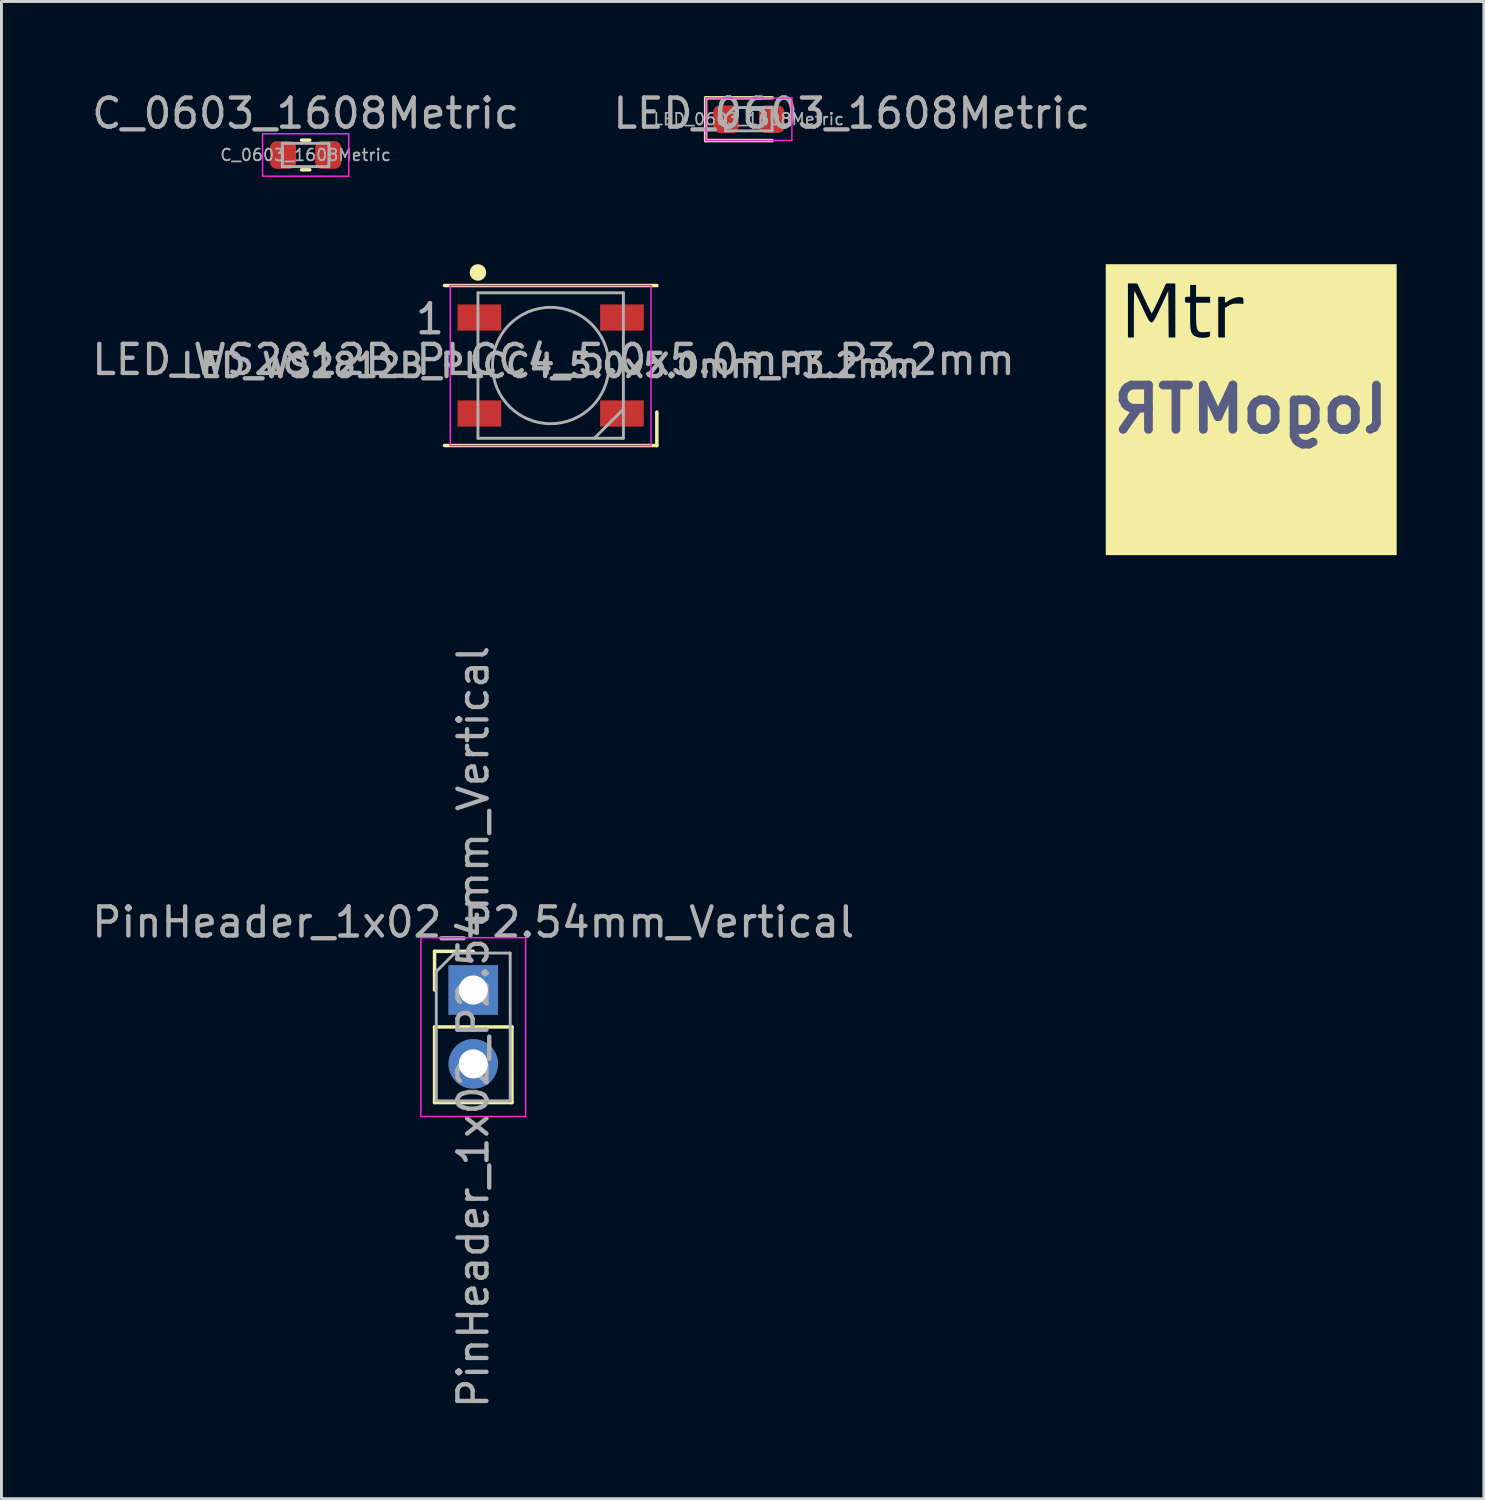
<source format=kicad_pcb>
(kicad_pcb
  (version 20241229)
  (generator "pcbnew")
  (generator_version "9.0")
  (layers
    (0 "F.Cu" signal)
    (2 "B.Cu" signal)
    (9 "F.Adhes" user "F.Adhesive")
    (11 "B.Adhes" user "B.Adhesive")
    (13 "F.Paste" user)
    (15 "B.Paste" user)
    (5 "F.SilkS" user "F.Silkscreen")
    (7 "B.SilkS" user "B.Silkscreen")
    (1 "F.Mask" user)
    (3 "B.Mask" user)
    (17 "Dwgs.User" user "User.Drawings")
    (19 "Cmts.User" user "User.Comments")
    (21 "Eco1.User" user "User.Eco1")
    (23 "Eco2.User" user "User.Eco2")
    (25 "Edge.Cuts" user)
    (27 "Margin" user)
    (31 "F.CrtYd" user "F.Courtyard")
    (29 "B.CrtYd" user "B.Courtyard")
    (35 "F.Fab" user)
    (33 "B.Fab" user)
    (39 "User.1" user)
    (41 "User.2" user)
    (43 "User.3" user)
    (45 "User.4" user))
  (footprint "logoMTR"
    (layer "F.Cu")
    (at 39.953 11.022)
    (property "Reference" "logoMTR" (at 0 0 0) (layer "B.Fab") (effects (font (size 1.524 1.524) (thickness 0.3)) (justify mirror)))
    (attr board_only exclude_from_pos_files exclude_from_bom)
    (fp_poly (pts (xy 5.014 5.014) (xy -4.988 5.014) (xy -4.988 -2.469) (xy -4.225 -2.469) (xy -4.021 -2.469) (xy -4.021 -3.272) (xy -4.021 -3.468) (xy -4.019 -3.645) (xy -4.016 -3.799) (xy -4.013 -3.923) (xy -4.009 -4.011) (xy -4.004 -4.057) (xy -4.001 -4.063) (xy -3.985 -4.037) (xy -3.951 -3.972) (xy -3.902 -3.874) (xy -3.842 -3.749) (xy -3.773 -3.605) (xy -3.73 -3.513) (xy -3.64 -3.319) (xy -3.568 -3.169) (xy -3.509 -3.063) (xy -3.459 -3.002) (xy -3.413 -2.984) (xy -3.366 -3.011) (xy -3.313 -3.083) (xy -3.251 -3.199) (xy -3.174 -3.36) (xy -3.093 -3.533) (xy -2.838 -4.075) (xy -2.831 -3.272) (xy -2.824 -2.469) (xy -2.596 -2.469) (xy -2.596 -3.767) (xy -2.265 -3.767) (xy -2.262 -3.702) (xy -2.246 -3.673) (xy -2.202 -3.665) (xy -2.176 -3.665) (xy -2.087 -3.665) (xy -2.087 -3.204) (xy -2.085 -3.011) (xy -2.08 -2.862) (xy -2.069 -2.749) (xy -2.05 -2.666) (xy -2.023 -2.606) (xy -1.986 -2.56) (xy -1.943 -2.527) (xy -1.826 -2.477) (xy -1.683 -2.456) (xy -1.53 -2.465) (xy -1.515 -2.469) (xy -1.12 -2.469) (xy -0.891 -2.469) (xy -0.891 -3.486) (xy -0.757 -3.563) (xy -0.68 -3.605) (xy -0.615 -3.627) (xy -0.542 -3.635) (xy -0.439 -3.634) (xy -0.439 -3.634) (xy -0.254 -3.627) (xy -0.254 -3.732) (xy -0.259 -3.801) (xy -0.277 -3.836) (xy -0.319 -3.854) (xy -0.321 -3.854) (xy -0.414 -3.859) (xy -0.529 -3.84) (xy -0.647 -3.801) (xy -0.749 -3.748) (xy -0.761 -3.74) (xy -0.823 -3.697) (xy -0.867 -3.67) (xy -0.878 -3.665) (xy -0.886 -3.688) (xy -0.89 -3.744) (xy -0.891 -3.767) (xy -0.891 -3.869) (xy -1.12 -3.869) (xy -1.12 -2.469) (xy -1.515 -2.469) (xy -1.444 -2.485) (xy -1.41 -2.516) (xy -1.4 -2.583) (xy -1.4 -2.669) (xy -1.538 -2.654) (xy -1.644 -2.647) (xy -1.726 -2.653) (xy -1.787 -2.679) (xy -1.83 -2.728) (xy -1.858 -2.808) (xy -1.875 -2.922) (xy -1.882 -3.077) (xy -1.883 -3.257) (xy -1.883 -3.665) (xy -1.4 -3.665) (xy -1.4 -3.869) (xy -1.883 -3.869) (xy -1.883 -4.276) (xy -2.087 -4.276) (xy -2.087 -3.869) (xy -2.176 -3.869) (xy -2.233 -3.865) (xy -2.258 -3.846) (xy -2.265 -3.797) (xy -2.265 -3.767) (xy -2.596 -3.767) (xy -2.596 -4.327) (xy -2.915 -4.327) (xy -3.154 -3.804) (xy -3.224 -3.655) (xy -3.287 -3.525) (xy -3.34 -3.419) (xy -3.381 -3.343) (xy -3.406 -3.305) (xy -3.412 -3.302) (xy -3.428 -3.33) (xy -3.462 -3.397) (xy -3.511 -3.496) (xy -3.571 -3.62) (xy -3.639 -3.763) (xy -3.667 -3.824) (xy -3.904 -4.327) (xy -4.225 -4.327) (xy -4.225 -2.469) (xy -4.988 -2.469) (xy -4.988 -4.988) (xy 5.014 -4.988)) (stroke (width 0) (type solid)) (fill yes) (layer "F.SilkS")))
  (footprint "C_0603_1608Metric"
    (layer "F.Cu")
    (at 7.458 2.278)
    (property "Reference" "C_0603_1608Metric" (at 0 -1.43 180) (layer "F.Fab") (effects (font (size 1 1) (thickness 0.15))))
    (attr smd)
    (fp_line (start -0.141 -0.51) (end 0.141 -0.51) (stroke (width 0.12) (type solid)) (layer "F.SilkS"))
    (fp_line (start -0.141 0.51) (end 0.141 0.51) (stroke (width 0.12) (type solid)) (layer "F.SilkS"))
    (fp_line (start -1.48 -0.73) (end 1.48 -0.73) (stroke (width 0.05) (type solid)) (layer "F.CrtYd"))
    (fp_line (start -1.48 0.73) (end -1.48 -0.73) (stroke (width 0.05) (type solid)) (layer "F.CrtYd"))
    (fp_line (start 1.48 -0.73) (end 1.48 0.73) (stroke (width 0.05) (type solid)) (layer "F.CrtYd"))
    (fp_line (start 1.48 0.73) (end -1.48 0.73) (stroke (width 0.05) (type solid)) (layer "F.CrtYd"))
    (fp_line (start -0.8 -0.4) (end 0.8 -0.4) (stroke (width 0.1) (type solid)) (layer "F.Fab"))
    (fp_line (start -0.8 0.4) (end -0.8 -0.4) (stroke (width 0.1) (type solid)) (layer "F.Fab"))
    (fp_line (start 0.8 -0.4) (end 0.8 0.4) (stroke (width 0.1) (type solid)) (layer "F.Fab"))
    (fp_line (start 0.8 0.4) (end -0.8 0.4) (stroke (width 0.1) (type solid)) (layer "F.Fab"))
    (fp_text user "${REFERENCE}" (at 0 0 180) (layer "F.Fab") (effects (font (size 0.4 0.4) (thickness 0.06))))
    (pad "1" smd roundrect (at -0.775 0) (size 0.9 0.95) (layers "F.Cu" "F.Mask" "F.Paste") (roundrect_rratio 0.25))
    (pad "2" smd roundrect (at 0.775 0) (size 0.9 0.95) (layers "F.Cu" "F.Mask" "F.Paste") (roundrect_rratio 0.25)))
  (footprint "LED_WS2812B_PLCC4_5.0x5.0mm_P3.2mm"
    (layer "F.Cu")
    (at 15.882 9.517)
    (property "Reference" "LED_WS2812B_PLCC4_5.0x5.0mm_P3.2mm" (at 0.1 -0.2 0) (layer "F.Fab") (effects (font (size 1 1) (thickness 0.15))))
    (attr smd)
    (fp_line (start -3.65 -2.75) (end 3.65 -2.75) (stroke (width 0.12) (type solid)) (layer "F.SilkS"))
    (fp_line (start -3.65 2.75) (end 3.65 2.75) (stroke (width 0.12) (type solid)) (layer "F.SilkS"))
    (fp_line (start 3.65 2.75) (end 3.65 1.6) (stroke (width 0.12) (type solid)) (layer "F.SilkS"))
    (fp_circle (center -2.5 -3.2) (end -2.4 -3) (stroke (width 0.12) (type solid)) (fill yes) (layer "F.SilkS"))
    (fp_line (start -3.45 -2.75) (end -3.45 2.75) (stroke (width 0.05) (type solid)) (layer "F.CrtYd"))
    (fp_line (start -3.45 2.75) (end 3.45 2.75) (stroke (width 0.05) (type solid)) (layer "F.CrtYd"))
    (fp_line (start 3.45 -2.75) (end -3.45 -2.75) (stroke (width 0.05) (type solid)) (layer "F.CrtYd"))
    (fp_line (start 3.45 2.75) (end 3.45 -2.75) (stroke (width 0.05) (type solid)) (layer "F.CrtYd"))
    (fp_line (start -2.5 -2.5) (end -2.5 2.5) (stroke (width 0.1) (type solid)) (layer "F.Fab"))
    (fp_line (start -2.5 2.5) (end 2.5 2.5) (stroke (width 0.1) (type solid)) (layer "F.Fab"))
    (fp_line (start 2.5 -2.5) (end -2.5 -2.5) (stroke (width 0.1) (type solid)) (layer "F.Fab"))
    (fp_line (start 2.5 1.5) (end 1.5 2.5) (stroke (width 0.1) (type solid)) (layer "F.Fab"))
    (fp_line (start 2.5 2.5) (end 2.5 -2.5) (stroke (width 0.1) (type solid)) (layer "F.Fab"))
    (fp_circle (center 0 0) (end 0 -2) (stroke (width 0.1) (type solid)) (fill no) (layer "F.Fab"))
    (fp_text user "1" (at -4.15 -1.6 0) (layer "F.Fab") (effects (font (size 1 1) (thickness 0.15))))
    (fp_text user "${REFERENCE}" (at 0 0 0) (layer "F.Fab") (effects (font (size 0.8 0.8) (thickness 0.15))))
    (pad "1" smd rect (at -2.45 -1.65) (size 1.5 0.9) (layers "F.Cu" "F.Mask" "F.Paste"))
    (pad "2" smd rect (at -2.45 1.65) (size 1.5 0.9) (layers "F.Cu" "F.Mask" "F.Paste"))
    (pad "3" smd rect (at 2.45 1.65) (size 1.5 0.9) (layers "F.Cu" "F.Mask" "F.Paste"))
    (pad "4" smd rect (at 2.45 -1.65) (size 1.5 0.9) (layers "F.Cu" "F.Mask" "F.Paste")))
  (footprint "PinHeader_1x02_P2.54mm_Vertical"
    (layer "F.Cu")
    (at 13.22 30.986)
    (property "Reference" "PinHeader_1x02_P2.54mm_Vertical" (at 0 -2.33 0) (layer "F.Fab") (effects (font (size 1 1) (thickness 0.15))))
    (attr through_hole)
    (fp_line (start -1.33 -1.33) (end 0 -1.33) (stroke (width 0.12) (type solid)) (layer "F.SilkS"))
    (fp_line (start -1.33 0) (end -1.33 -1.33) (stroke (width 0.12) (type solid)) (layer "F.SilkS"))
    (fp_line (start -1.33 1.27) (end -1.33 3.87) (stroke (width 0.12) (type solid)) (layer "F.SilkS"))
    (fp_line (start -1.33 1.27) (end 1.33 1.27) (stroke (width 0.12) (type solid)) (layer "F.SilkS"))
    (fp_line (start -1.33 3.87) (end 1.33 3.87) (stroke (width 0.12) (type solid)) (layer "F.SilkS"))
    (fp_line (start 1.33 1.27) (end 1.33 3.87) (stroke (width 0.12) (type solid)) (layer "F.SilkS"))
    (fp_line (start -1.8 -1.8) (end -1.8 4.35) (stroke (width 0.05) (type solid)) (layer "F.CrtYd"))
    (fp_line (start -1.8 4.35) (end 1.8 4.35) (stroke (width 0.05) (type solid)) (layer "F.CrtYd"))
    (fp_line (start 1.8 -1.8) (end -1.8 -1.8) (stroke (width 0.05) (type solid)) (layer "F.CrtYd"))
    (fp_line (start 1.8 4.35) (end 1.8 -1.8) (stroke (width 0.05) (type solid)) (layer "F.CrtYd"))
    (fp_line (start -1.27 -0.635) (end -0.635 -1.27) (stroke (width 0.1) (type solid)) (layer "F.Fab"))
    (fp_line (start -1.27 3.81) (end -1.27 -0.635) (stroke (width 0.1) (type solid)) (layer "F.Fab"))
    (fp_line (start -0.635 -1.27) (end 1.27 -1.27) (stroke (width 0.1) (type solid)) (layer "F.Fab"))
    (fp_line (start 1.27 -1.27) (end 1.27 3.81) (stroke (width 0.1) (type solid)) (layer "F.Fab"))
    (fp_line (start 1.27 3.81) (end -1.27 3.81) (stroke (width 0.1) (type solid)) (layer "F.Fab"))
    (fp_text user "${REFERENCE}" (at 0 1.27 270) (layer "F.Fab") (effects (font (size 1 1) (thickness 0.15))))
    (pad "1" thru_hole rect (at 0 0) (size 1.7 1.7) (drill 1) (layers "*.Cu" "*.Mask"))
    (pad "2" thru_hole oval (at 0 2.54) (size 1.7 1.7) (drill 1) (layers "*.Cu" "*.Mask")))
  (footprint "LED_0603_1608Metric"
    (layer "F.Cu")
    (at 22.695 1.048)
    (property "Reference" "LED_0603_1608Metric" (at 3.538 -0.2 180) (layer "F.Fab") (effects (font (size 1 1) (thickness 0.15))))
    (attr smd)
    (fp_line (start -1.485 -0.735) (end -1.485 0.735) (stroke (width 0.12) (type solid)) (layer "F.SilkS"))
    (fp_line (start -1.485 0.735) (end 0.8 0.735) (stroke (width 0.12) (type solid)) (layer "F.SilkS"))
    (fp_line (start 0.8 -0.735) (end -1.485 -0.735) (stroke (width 0.12) (type solid)) (layer "F.SilkS"))
    (fp_line (start -1.48 -0.73) (end 1.48 -0.73) (stroke (width 0.05) (type solid)) (layer "F.CrtYd"))
    (fp_line (start -1.48 0.73) (end -1.48 -0.73) (stroke (width 0.05) (type solid)) (layer "F.CrtYd"))
    (fp_line (start 1.48 -0.73) (end 1.48 0.73) (stroke (width 0.05) (type solid)) (layer "F.CrtYd"))
    (fp_line (start 1.48 0.73) (end -1.48 0.73) (stroke (width 0.05) (type solid)) (layer "F.CrtYd"))
    (fp_line (start -0.8 -0.1) (end -0.8 0.4) (stroke (width 0.1) (type solid)) (layer "F.Fab"))
    (fp_line (start -0.8 0.4) (end 0.8 0.4) (stroke (width 0.1) (type solid)) (layer "F.Fab"))
    (fp_line (start -0.5 -0.4) (end -0.8 -0.1) (stroke (width 0.1) (type solid)) (layer "F.Fab"))
    (fp_line (start 0.8 -0.4) (end -0.5 -0.4) (stroke (width 0.1) (type solid)) (layer "F.Fab"))
    (fp_line (start 0.8 0.4) (end 0.8 -0.4) (stroke (width 0.1) (type solid)) (layer "F.Fab"))
    (fp_text user "${REFERENCE}" (at 0 0 180) (layer "F.Fab") (effects (font (size 0.4 0.4) (thickness 0.06))))
    (pad "1" smd roundrect (at -0.787 0) (size 0.875 0.95) (layers "F.Cu" "F.Mask" "F.Paste") (roundrect_rratio 0.25))
    (pad "2" smd roundrect (at 0.787 0) (size 0.875 0.95) (layers "F.Cu" "F.Mask" "F.Paste") (roundrect_rratio 0.25)))
  (gr_rect
    (start -3 -3)
    (end 47.966 48.476)
    (stroke (width 0.1) (type default))
    (fill no)
    (layer "Edge.Cuts")))
</source>
